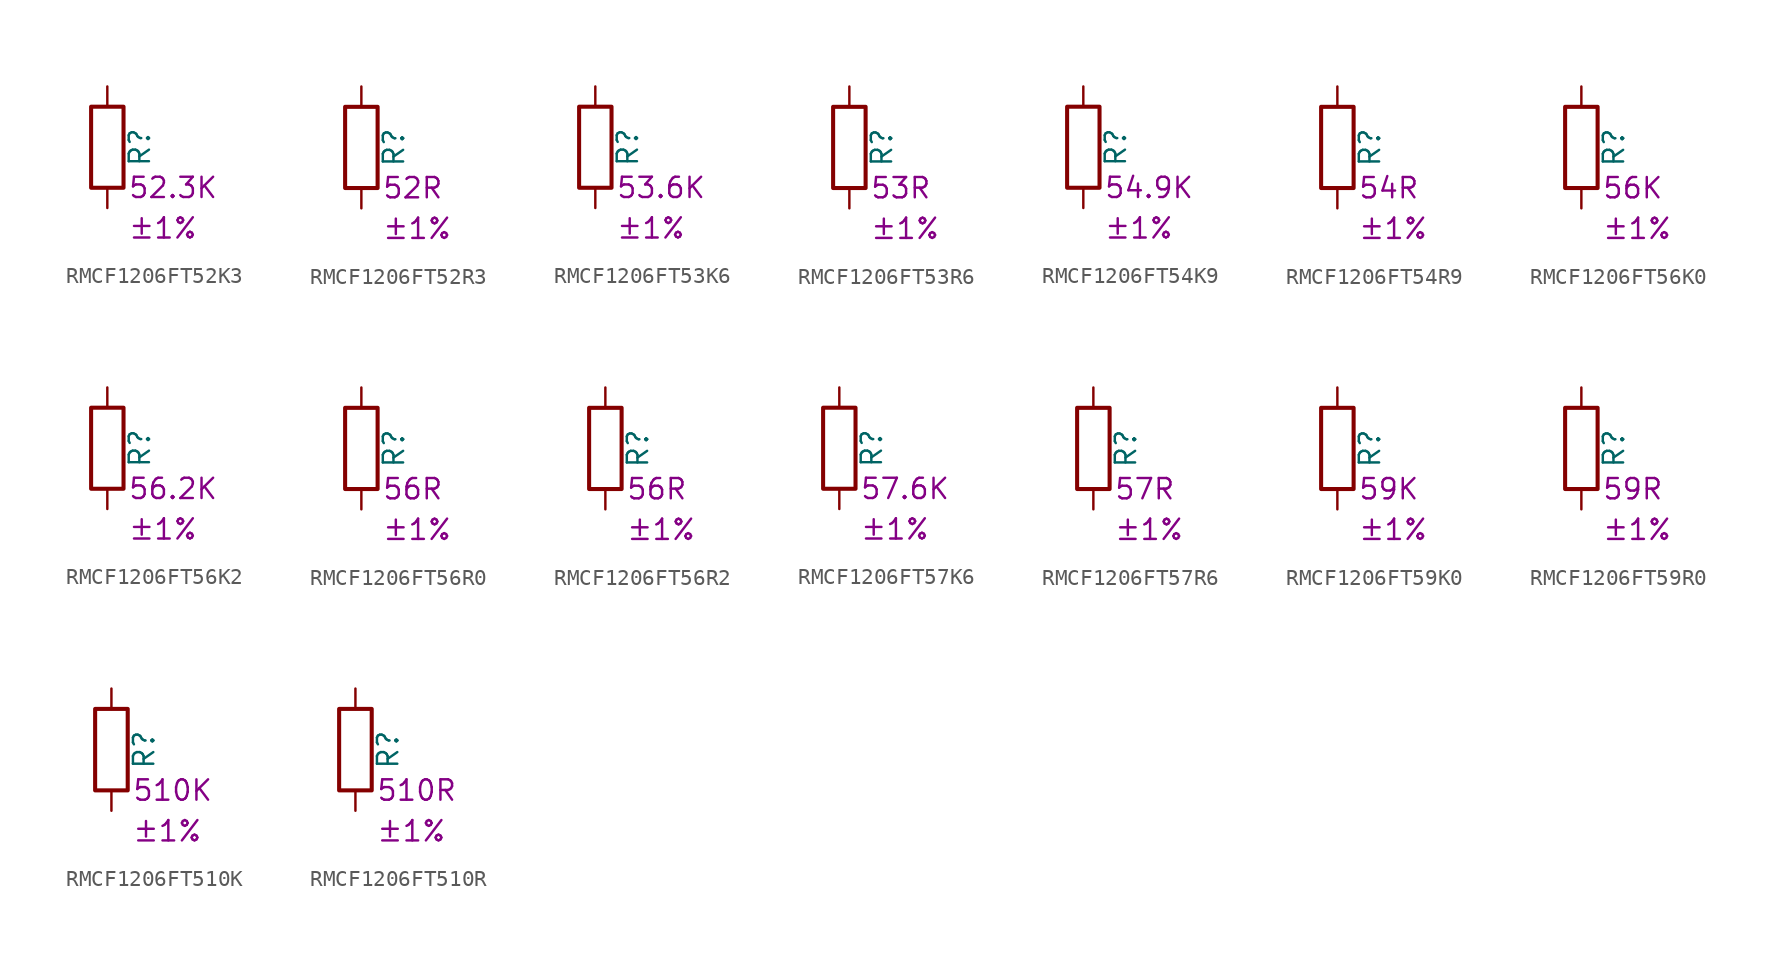
<source format=kicad_sym>
(kicad_symbol_lib
  (version 20220914)
  (generator kicad_symbol_editor)
  (symbol "RMCF1206FT52K3"
    (pin_numbers hide)
    (pin_names
      (offset 0))
    (property "Reference" "R"
      (at 2.032 0 90)
      (effects (font (size 1.27 1.27))))
    (property "Resistance" "52.3K"
      (at 1.27 -2.54 0)
      (effects (font (size 1.27 1.27)) (justify left)))
    (property "Tolerance" "±1%"
      (at 1.27 -5.08 0)
      (effects (font (size 1.27 1.27)) (justify left)))
    (symbol "RMCF1206FT52K3_0_1"
      (rectangle (start -1.016 -2.54) (end 1.016 2.54) (stroke (width 0.254) (type default)) (fill (type none))))
    (symbol "RMCF1206FT52K3_1_1"
      (pin passive line (at 0 3.81 270) (length 1.27) (name "~" (effects (font (size 1.27 1.27)))) (number "1" (effects (font (size 1.27 1.27)))))
      (pin passive line (at 0 -3.81 90) (length 1.27) (name "~" (effects (font (size 1.27 1.27)))) (number "2" (effects (font (size 1.27 1.27)))))))
  (symbol "RMCF1206FT52R3"
    (pin_numbers hide)
    (pin_names
      (offset 0))
    (property "Reference" "R"
      (at 2.032 0 90)
      (effects (font (size 1.27 1.27))))
    (property "Resistance" "52R"
      (at 1.27 -2.54 0)
      (effects (font (size 1.27 1.27)) (justify left)))
    (property "Tolerance" "±1%"
      (at 1.27 -5.08 0)
      (effects (font (size 1.27 1.27)) (justify left)))
    (symbol "RMCF1206FT52R3_0_1"
      (rectangle (start -1.016 -2.54) (end 1.016 2.54) (stroke (width 0.254) (type default)) (fill (type none))))
    (symbol "RMCF1206FT52R3_1_1"
      (pin passive line (at 0 3.81 270) (length 1.27) (name "~" (effects (font (size 1.27 1.27)))) (number "1" (effects (font (size 1.27 1.27)))))
      (pin passive line (at 0 -3.81 90) (length 1.27) (name "~" (effects (font (size 1.27 1.27)))) (number "2" (effects (font (size 1.27 1.27)))))))
  (symbol "RMCF1206FT53K6"
    (pin_numbers hide)
    (pin_names
      (offset 0))
    (property "Reference" "R"
      (at 2.032 0 90)
      (effects (font (size 1.27 1.27))))
    (property "Resistance" "53.6K"
      (at 1.27 -2.54 0)
      (effects (font (size 1.27 1.27)) (justify left)))
    (property "Tolerance" "±1%"
      (at 1.27 -5.08 0)
      (effects (font (size 1.27 1.27)) (justify left)))
    (symbol "RMCF1206FT53K6_0_1"
      (rectangle (start -1.016 -2.54) (end 1.016 2.54) (stroke (width 0.254) (type default)) (fill (type none))))
    (symbol "RMCF1206FT53K6_1_1"
      (pin passive line (at 0 3.81 270) (length 1.27) (name "~" (effects (font (size 1.27 1.27)))) (number "1" (effects (font (size 1.27 1.27)))))
      (pin passive line (at 0 -3.81 90) (length 1.27) (name "~" (effects (font (size 1.27 1.27)))) (number "2" (effects (font (size 1.27 1.27)))))))
  (symbol "RMCF1206FT53R6"
    (pin_numbers hide)
    (pin_names
      (offset 0))
    (property "Reference" "R"
      (at 2.032 0 90)
      (effects (font (size 1.27 1.27))))
    (property "Resistance" "53R"
      (at 1.27 -2.54 0)
      (effects (font (size 1.27 1.27)) (justify left)))
    (property "Tolerance" "±1%"
      (at 1.27 -5.08 0)
      (effects (font (size 1.27 1.27)) (justify left)))
    (symbol "RMCF1206FT53R6_0_1"
      (rectangle (start -1.016 -2.54) (end 1.016 2.54) (stroke (width 0.254) (type default)) (fill (type none))))
    (symbol "RMCF1206FT53R6_1_1"
      (pin passive line (at 0 3.81 270) (length 1.27) (name "~" (effects (font (size 1.27 1.27)))) (number "1" (effects (font (size 1.27 1.27)))))
      (pin passive line (at 0 -3.81 90) (length 1.27) (name "~" (effects (font (size 1.27 1.27)))) (number "2" (effects (font (size 1.27 1.27)))))))
  (symbol "RMCF1206FT54K9"
    (pin_numbers hide)
    (pin_names
      (offset 0))
    (property "Reference" "R"
      (at 2.032 0 90)
      (effects (font (size 1.27 1.27))))
    (property "Resistance" "54.9K"
      (at 1.27 -2.54 0)
      (effects (font (size 1.27 1.27)) (justify left)))
    (property "Tolerance" "±1%"
      (at 1.27 -5.08 0)
      (effects (font (size 1.27 1.27)) (justify left)))
    (symbol "RMCF1206FT54K9_0_1"
      (rectangle (start -1.016 -2.54) (end 1.016 2.54) (stroke (width 0.254) (type default)) (fill (type none))))
    (symbol "RMCF1206FT54K9_1_1"
      (pin passive line (at 0 3.81 270) (length 1.27) (name "~" (effects (font (size 1.27 1.27)))) (number "1" (effects (font (size 1.27 1.27)))))
      (pin passive line (at 0 -3.81 90) (length 1.27) (name "~" (effects (font (size 1.27 1.27)))) (number "2" (effects (font (size 1.27 1.27)))))))
  (symbol "RMCF1206FT54R9"
    (pin_numbers hide)
    (pin_names
      (offset 0))
    (property "Reference" "R"
      (at 2.032 0 90)
      (effects (font (size 1.27 1.27))))
    (property "Resistance" "54R"
      (at 1.27 -2.54 0)
      (effects (font (size 1.27 1.27)) (justify left)))
    (property "Tolerance" "±1%"
      (at 1.27 -5.08 0)
      (effects (font (size 1.27 1.27)) (justify left)))
    (symbol "RMCF1206FT54R9_0_1"
      (rectangle (start -1.016 -2.54) (end 1.016 2.54) (stroke (width 0.254) (type default)) (fill (type none))))
    (symbol "RMCF1206FT54R9_1_1"
      (pin passive line (at 0 3.81 270) (length 1.27) (name "~" (effects (font (size 1.27 1.27)))) (number "1" (effects (font (size 1.27 1.27)))))
      (pin passive line (at 0 -3.81 90) (length 1.27) (name "~" (effects (font (size 1.27 1.27)))) (number "2" (effects (font (size 1.27 1.27)))))))
  (symbol "RMCF1206FT56K0"
    (pin_numbers hide)
    (pin_names
      (offset 0))
    (property "Reference" "R"
      (at 2.032 0 90)
      (effects (font (size 1.27 1.27))))
    (property "Resistance" "56K"
      (at 1.27 -2.54 0)
      (effects (font (size 1.27 1.27)) (justify left)))
    (property "Tolerance" "±1%"
      (at 1.27 -5.08 0)
      (effects (font (size 1.27 1.27)) (justify left)))
    (symbol "RMCF1206FT56K0_0_1"
      (rectangle (start -1.016 -2.54) (end 1.016 2.54) (stroke (width 0.254) (type default)) (fill (type none))))
    (symbol "RMCF1206FT56K0_1_1"
      (pin passive line (at 0 3.81 270) (length 1.27) (name "~" (effects (font (size 1.27 1.27)))) (number "1" (effects (font (size 1.27 1.27)))))
      (pin passive line (at 0 -3.81 90) (length 1.27) (name "~" (effects (font (size 1.27 1.27)))) (number "2" (effects (font (size 1.27 1.27)))))))
  (symbol "RMCF1206FT56K2"
    (pin_numbers hide)
    (pin_names
      (offset 0))
    (property "Reference" "R"
      (at 2.032 0 90)
      (effects (font (size 1.27 1.27))))
    (property "Resistance" "56.2K"
      (at 1.27 -2.54 0)
      (effects (font (size 1.27 1.27)) (justify left)))
    (property "Tolerance" "±1%"
      (at 1.27 -5.08 0)
      (effects (font (size 1.27 1.27)) (justify left)))
    (symbol "RMCF1206FT56K2_0_1"
      (rectangle (start -1.016 -2.54) (end 1.016 2.54) (stroke (width 0.254) (type default)) (fill (type none))))
    (symbol "RMCF1206FT56K2_1_1"
      (pin passive line (at 0 3.81 270) (length 1.27) (name "~" (effects (font (size 1.27 1.27)))) (number "1" (effects (font (size 1.27 1.27)))))
      (pin passive line (at 0 -3.81 90) (length 1.27) (name "~" (effects (font (size 1.27 1.27)))) (number "2" (effects (font (size 1.27 1.27)))))))
  (symbol "RMCF1206FT56R0"
    (pin_numbers hide)
    (pin_names
      (offset 0))
    (property "Reference" "R"
      (at 2.032 0 90)
      (effects (font (size 1.27 1.27))))
    (property "Resistance" "56R"
      (at 1.27 -2.54 0)
      (effects (font (size 1.27 1.27)) (justify left)))
    (property "Tolerance" "±1%"
      (at 1.27 -5.08 0)
      (effects (font (size 1.27 1.27)) (justify left)))
    (symbol "RMCF1206FT56R0_0_1"
      (rectangle (start -1.016 -2.54) (end 1.016 2.54) (stroke (width 0.254) (type default)) (fill (type none))))
    (symbol "RMCF1206FT56R0_1_1"
      (pin passive line (at 0 3.81 270) (length 1.27) (name "~" (effects (font (size 1.27 1.27)))) (number "1" (effects (font (size 1.27 1.27)))))
      (pin passive line (at 0 -3.81 90) (length 1.27) (name "~" (effects (font (size 1.27 1.27)))) (number "2" (effects (font (size 1.27 1.27)))))))
  (symbol "RMCF1206FT56R2"
    (pin_numbers hide)
    (pin_names
      (offset 0))
    (property "Reference" "R"
      (at 2.032 0 90)
      (effects (font (size 1.27 1.27))))
    (property "Resistance" "56R"
      (at 1.27 -2.54 0)
      (effects (font (size 1.27 1.27)) (justify left)))
    (property "Tolerance" "±1%"
      (at 1.27 -5.08 0)
      (effects (font (size 1.27 1.27)) (justify left)))
    (symbol "RMCF1206FT56R2_0_1"
      (rectangle (start -1.016 -2.54) (end 1.016 2.54) (stroke (width 0.254) (type default)) (fill (type none))))
    (symbol "RMCF1206FT56R2_1_1"
      (pin passive line (at 0 3.81 270) (length 1.27) (name "~" (effects (font (size 1.27 1.27)))) (number "1" (effects (font (size 1.27 1.27)))))
      (pin passive line (at 0 -3.81 90) (length 1.27) (name "~" (effects (font (size 1.27 1.27)))) (number "2" (effects (font (size 1.27 1.27)))))))
  (symbol "RMCF1206FT57K6"
    (pin_numbers hide)
    (pin_names
      (offset 0))
    (property "Reference" "R"
      (at 2.032 0 90)
      (effects (font (size 1.27 1.27))))
    (property "Resistance" "57.6K"
      (at 1.27 -2.54 0)
      (effects (font (size 1.27 1.27)) (justify left)))
    (property "Tolerance" "±1%"
      (at 1.27 -5.08 0)
      (effects (font (size 1.27 1.27)) (justify left)))
    (symbol "RMCF1206FT57K6_0_1"
      (rectangle (start -1.016 -2.54) (end 1.016 2.54) (stroke (width 0.254) (type default)) (fill (type none))))
    (symbol "RMCF1206FT57K6_1_1"
      (pin passive line (at 0 3.81 270) (length 1.27) (name "~" (effects (font (size 1.27 1.27)))) (number "1" (effects (font (size 1.27 1.27)))))
      (pin passive line (at 0 -3.81 90) (length 1.27) (name "~" (effects (font (size 1.27 1.27)))) (number "2" (effects (font (size 1.27 1.27)))))))
  (symbol "RMCF1206FT57R6"
    (pin_numbers hide)
    (pin_names
      (offset 0))
    (property "Reference" "R"
      (at 2.032 0 90)
      (effects (font (size 1.27 1.27))))
    (property "Resistance" "57R"
      (at 1.27 -2.54 0)
      (effects (font (size 1.27 1.27)) (justify left)))
    (property "Tolerance" "±1%"
      (at 1.27 -5.08 0)
      (effects (font (size 1.27 1.27)) (justify left)))
    (symbol "RMCF1206FT57R6_0_1"
      (rectangle (start -1.016 -2.54) (end 1.016 2.54) (stroke (width 0.254) (type default)) (fill (type none))))
    (symbol "RMCF1206FT57R6_1_1"
      (pin passive line (at 0 3.81 270) (length 1.27) (name "~" (effects (font (size 1.27 1.27)))) (number "1" (effects (font (size 1.27 1.27)))))
      (pin passive line (at 0 -3.81 90) (length 1.27) (name "~" (effects (font (size 1.27 1.27)))) (number "2" (effects (font (size 1.27 1.27)))))))
  (symbol "RMCF1206FT59K0"
    (pin_numbers hide)
    (pin_names
      (offset 0))
    (property "Reference" "R"
      (at 2.032 0 90)
      (effects (font (size 1.27 1.27))))
    (property "Resistance" "59K"
      (at 1.27 -2.54 0)
      (effects (font (size 1.27 1.27)) (justify left)))
    (property "Tolerance" "±1%"
      (at 1.27 -5.08 0)
      (effects (font (size 1.27 1.27)) (justify left)))
    (symbol "RMCF1206FT59K0_0_1"
      (rectangle (start -1.016 -2.54) (end 1.016 2.54) (stroke (width 0.254) (type default)) (fill (type none))))
    (symbol "RMCF1206FT59K0_1_1"
      (pin passive line (at 0 3.81 270) (length 1.27) (name "~" (effects (font (size 1.27 1.27)))) (number "1" (effects (font (size 1.27 1.27)))))
      (pin passive line (at 0 -3.81 90) (length 1.27) (name "~" (effects (font (size 1.27 1.27)))) (number "2" (effects (font (size 1.27 1.27)))))))
  (symbol "RMCF1206FT59R0"
    (pin_numbers hide)
    (pin_names
      (offset 0))
    (property "Reference" "R"
      (at 2.032 0 90)
      (effects (font (size 1.27 1.27))))
    (property "Resistance" "59R"
      (at 1.27 -2.54 0)
      (effects (font (size 1.27 1.27)) (justify left)))
    (property "Tolerance" "±1%"
      (at 1.27 -5.08 0)
      (effects (font (size 1.27 1.27)) (justify left)))
    (symbol "RMCF1206FT59R0_0_1"
      (rectangle (start -1.016 -2.54) (end 1.016 2.54) (stroke (width 0.254) (type default)) (fill (type none))))
    (symbol "RMCF1206FT59R0_1_1"
      (pin passive line (at 0 3.81 270) (length 1.27) (name "~" (effects (font (size 1.27 1.27)))) (number "1" (effects (font (size 1.27 1.27)))))
      (pin passive line (at 0 -3.81 90) (length 1.27) (name "~" (effects (font (size 1.27 1.27)))) (number "2" (effects (font (size 1.27 1.27)))))))
  (symbol "RMCF1206FT510K"
    (pin_numbers hide)
    (pin_names
      (offset 0))
    (property "Reference" "R"
      (at 2.032 0 90)
      (effects (font (size 1.27 1.27))))
    (property "Resistance" "510K"
      (at 1.27 -2.54 0)
      (effects (font (size 1.27 1.27)) (justify left)))
    (property "Tolerance" "±1%"
      (at 1.27 -5.08 0)
      (effects (font (size 1.27 1.27)) (justify left)))
    (symbol "RMCF1206FT510K_0_1"
      (rectangle (start -1.016 -2.54) (end 1.016 2.54) (stroke (width 0.254) (type default)) (fill (type none))))
    (symbol "RMCF1206FT510K_1_1"
      (pin passive line (at 0 3.81 270) (length 1.27) (name "~" (effects (font (size 1.27 1.27)))) (number "1" (effects (font (size 1.27 1.27)))))
      (pin passive line (at 0 -3.81 90) (length 1.27) (name "~" (effects (font (size 1.27 1.27)))) (number "2" (effects (font (size 1.27 1.27)))))))
  (symbol "RMCF1206FT510R"
    (pin_numbers hide)
    (pin_names
      (offset 0))
    (property "Reference" "R"
      (at 2.032 0 90)
      (effects (font (size 1.27 1.27))))
    (property "Resistance" "510R"
      (at 1.27 -2.54 0)
      (effects (font (size 1.27 1.27)) (justify left)))
    (property "Tolerance" "±1%"
      (at 1.27 -5.08 0)
      (effects (font (size 1.27 1.27)) (justify left)))
    (symbol "RMCF1206FT510R_0_1"
      (rectangle (start -1.016 -2.54) (end 1.016 2.54) (stroke (width 0.254) (type default)) (fill (type none))))
    (symbol "RMCF1206FT510R_1_1"
      (pin passive line (at 0 3.81 270) (length 1.27) (name "~" (effects (font (size 1.27 1.27)))) (number "1" (effects (font (size 1.27 1.27)))))
      (pin passive line (at 0 -3.81 90) (length 1.27) (name "~" (effects (font (size 1.27 1.27)))) (number "2" (effects (font (size 1.27 1.27))))))))
</source>
